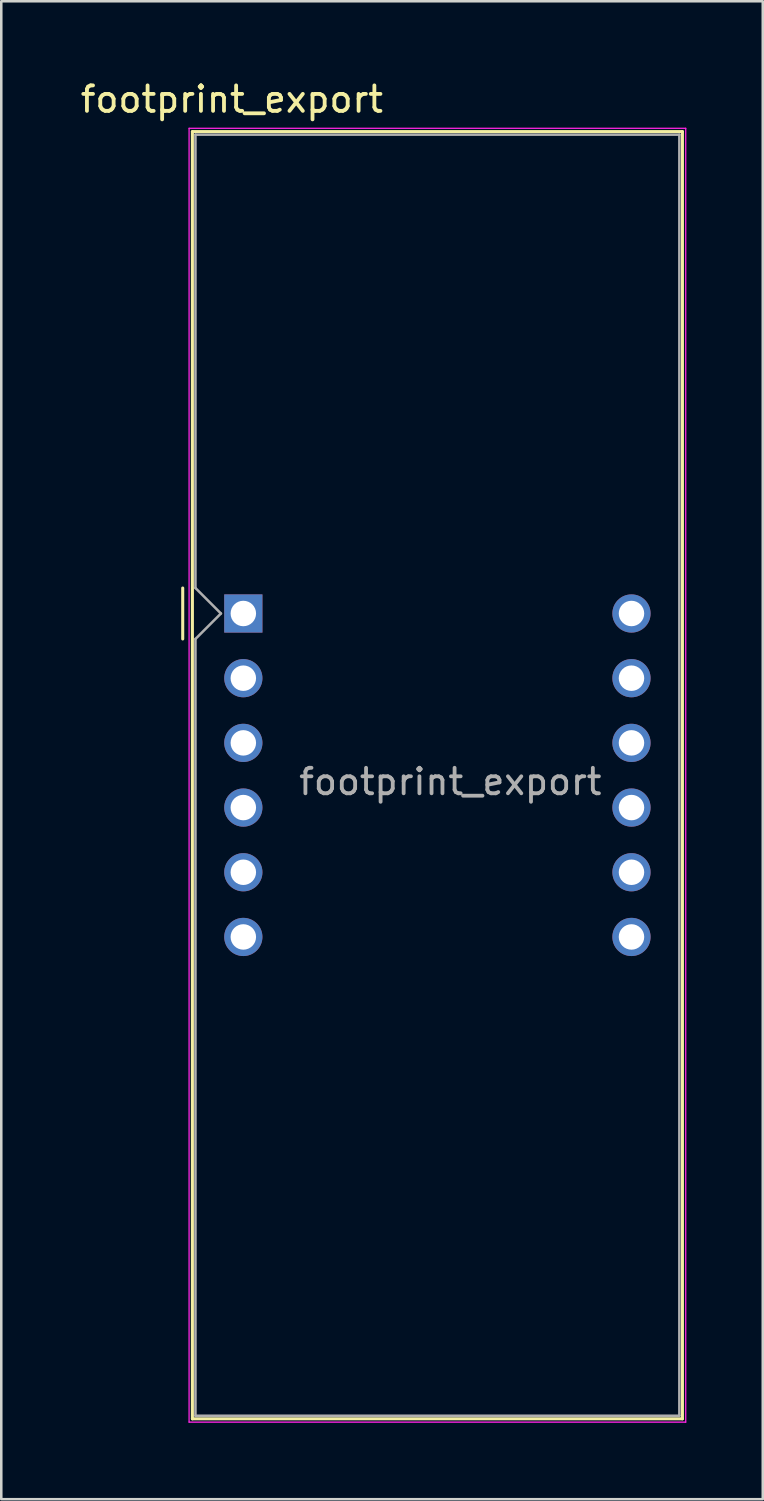
<source format=kicad_pcb>
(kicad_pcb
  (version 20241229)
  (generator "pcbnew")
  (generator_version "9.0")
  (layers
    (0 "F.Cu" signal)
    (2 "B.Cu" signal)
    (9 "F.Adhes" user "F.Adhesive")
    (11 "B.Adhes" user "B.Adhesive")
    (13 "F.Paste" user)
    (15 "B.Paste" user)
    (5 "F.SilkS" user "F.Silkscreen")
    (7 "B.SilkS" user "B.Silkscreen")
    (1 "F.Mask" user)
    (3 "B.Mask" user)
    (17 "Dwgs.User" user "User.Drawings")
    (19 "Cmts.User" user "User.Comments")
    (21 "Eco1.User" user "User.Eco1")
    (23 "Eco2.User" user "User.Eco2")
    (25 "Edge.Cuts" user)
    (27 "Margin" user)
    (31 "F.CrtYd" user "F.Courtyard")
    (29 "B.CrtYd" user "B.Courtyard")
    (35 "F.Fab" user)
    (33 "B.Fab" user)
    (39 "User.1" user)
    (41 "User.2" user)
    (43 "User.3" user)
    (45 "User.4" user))
  (footprint "footprint_export"
    (layer "F.Cu")
    (at 6.504 21.038)
    (property "Reference" "footprint_export" (at -0.45 -20.19 0) (layer "F.SilkS") (effects (font (size 1 1) (thickness 0.15))))
    (attr through_hole)
    (fp_line (start -2.38 -1) (end -2.38 1) (stroke (width 0.12) (type solid)) (layer "F.SilkS"))
    (fp_line (start -2 -18.92) (end -2 31.62) (stroke (width 0.12) (type solid)) (layer "F.SilkS"))
    (fp_line (start -2 -18.92) (end 17.24 -18.92) (stroke (width 0.12) (type solid)) (layer "F.SilkS"))
    (fp_line (start -2 31.62) (end 17.24 31.62) (stroke (width 0.12) (type solid)) (layer "F.SilkS"))
    (fp_line (start 17.24 31.62) (end 17.24 -18.92) (stroke (width 0.12) (type solid)) (layer "F.SilkS"))
    (fp_line (start -2.13 -19.05) (end 17.37 -19.05) (stroke (width 0.05) (type solid)) (layer "F.CrtYd"))
    (fp_line (start -2.13 31.75) (end -2.13 -19.05) (stroke (width 0.05) (type solid)) (layer "F.CrtYd"))
    (fp_line (start 17.37 -19.05) (end 17.37 31.75) (stroke (width 0.05) (type solid)) (layer "F.CrtYd"))
    (fp_line (start 17.37 31.75) (end -2.13 31.75) (stroke (width 0.05) (type solid)) (layer "F.CrtYd"))
    (fp_line (start -1.88 -18.8) (end 17.12 -18.8) (stroke (width 0.1) (type solid)) (layer "F.Fab"))
    (fp_line (start -1.88 -1) (end -1.88 -18.8) (stroke (width 0.1) (type solid)) (layer "F.Fab"))
    (fp_line (start -1.88 1) (end -1.88 31.5) (stroke (width 0.1) (type solid)) (layer "F.Fab"))
    (fp_line (start -1.88 1) (end -0.88 0) (stroke (width 0.1) (type solid)) (layer "F.Fab"))
    (fp_line (start -1.88 31.5) (end 17.12 31.5) (stroke (width 0.1) (type solid)) (layer "F.Fab"))
    (fp_line (start -0.88 0) (end -1.88 -1) (stroke (width 0.1) (type solid)) (layer "F.Fab"))
    (fp_line (start 17.12 -18.8) (end 17.12 31.5) (stroke (width 0.1) (type solid)) (layer "F.Fab"))
    (fp_text user "${REFERENCE}" (at 8.128 6.604 0) (layer "F.Fab") (effects (font (size 1 1) (thickness 0.15))))
    (pad "1" thru_hole rect (at 0 0) (size 1.5 1.5) (drill 1) (layers "*.Cu" "*.Mask"))
    (pad "2" thru_hole circle (at 0 2.54) (size 1.5 1.5) (drill 1) (layers "*.Cu" "*.Mask"))
    (pad "3" thru_hole circle (at 0 5.08) (size 1.5 1.5) (drill 1) (layers "*.Cu" "*.Mask"))
    (pad "4" thru_hole circle (at 0 7.62) (size 1.5 1.5) (drill 1) (layers "*.Cu" "*.Mask"))
    (pad "5" thru_hole circle (at 0 10.16) (size 1.5 1.5) (drill 1) (layers "*.Cu" "*.Mask"))
    (pad "6" thru_hole circle (at 0 12.7) (size 1.5 1.5) (drill 1) (layers "*.Cu" "*.Mask"))
    (pad "7" thru_hole circle (at 15.24 12.7) (size 1.5 1.5) (drill 1) (layers "*.Cu" "*.Mask"))
    (pad "8" thru_hole circle (at 15.24 10.16) (size 1.5 1.5) (drill 1) (layers "*.Cu" "*.Mask"))
    (pad "9" thru_hole circle (at 15.24 7.62) (size 1.5 1.5) (drill 1) (layers "*.Cu" "*.Mask"))
    (pad "10" thru_hole circle (at 15.24 5.08) (size 1.5 1.5) (drill 1) (layers "*.Cu" "*.Mask"))
    (pad "11" thru_hole circle (at 15.24 2.54) (size 1.5 1.5) (drill 1) (layers "*.Cu" "*.Mask"))
    (pad "12" thru_hole circle (at 15.24 0) (size 1.5 1.5) (drill 1) (layers "*.Cu" "*.Mask")))
  (gr_rect
    (start -3 -3)
    (end 26.899 55.813)
    (stroke (width 0.1) (type default))
    (fill no)
    (layer "Edge.Cuts")))
</source>
